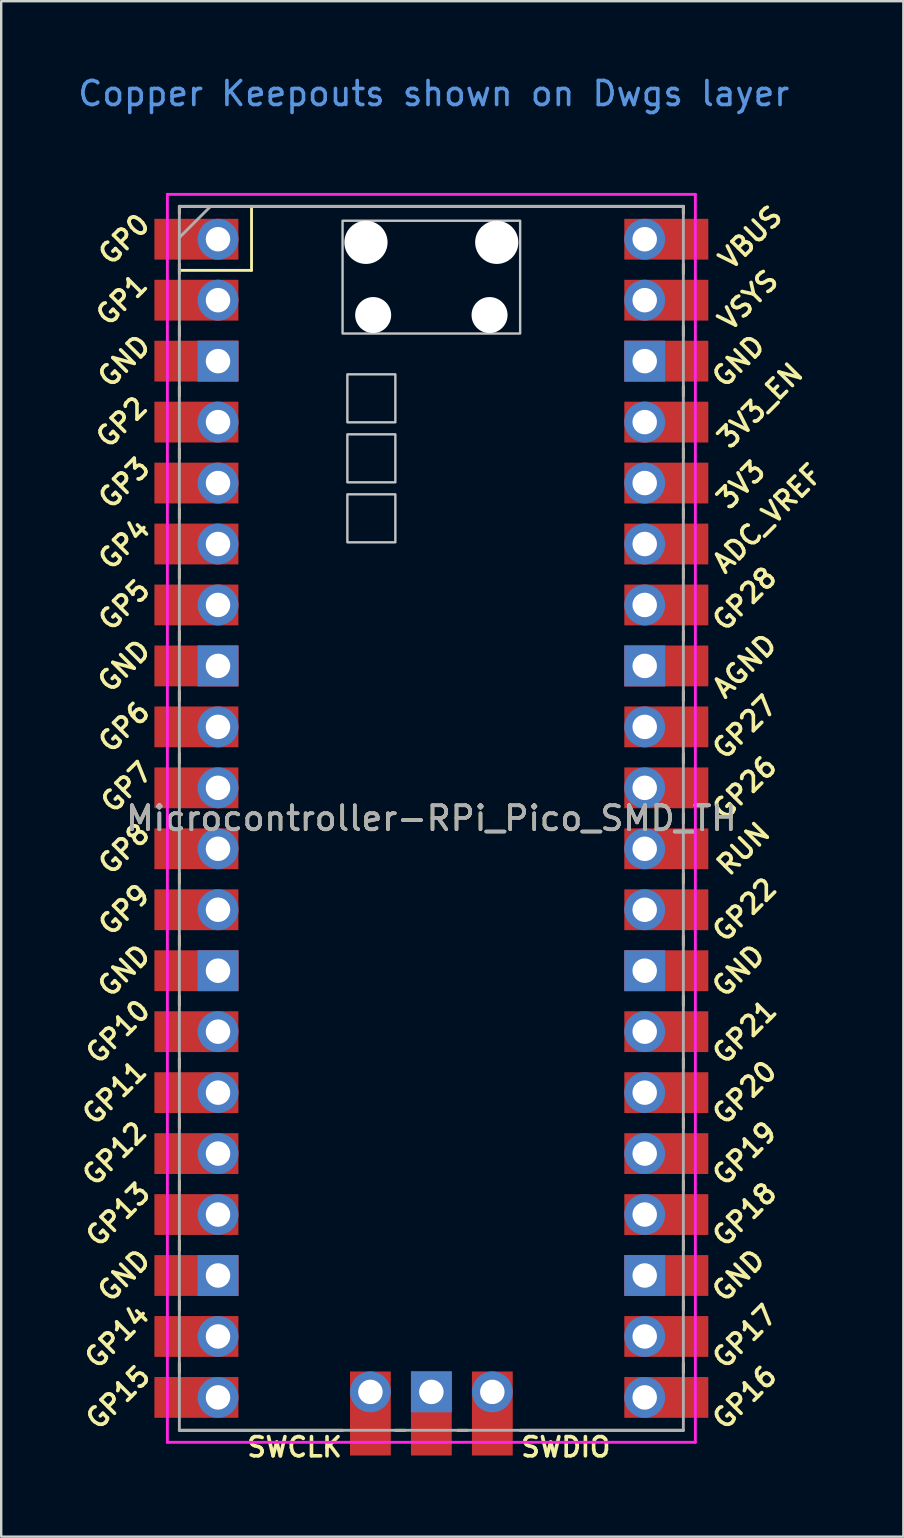
<source format=kicad_pcb>
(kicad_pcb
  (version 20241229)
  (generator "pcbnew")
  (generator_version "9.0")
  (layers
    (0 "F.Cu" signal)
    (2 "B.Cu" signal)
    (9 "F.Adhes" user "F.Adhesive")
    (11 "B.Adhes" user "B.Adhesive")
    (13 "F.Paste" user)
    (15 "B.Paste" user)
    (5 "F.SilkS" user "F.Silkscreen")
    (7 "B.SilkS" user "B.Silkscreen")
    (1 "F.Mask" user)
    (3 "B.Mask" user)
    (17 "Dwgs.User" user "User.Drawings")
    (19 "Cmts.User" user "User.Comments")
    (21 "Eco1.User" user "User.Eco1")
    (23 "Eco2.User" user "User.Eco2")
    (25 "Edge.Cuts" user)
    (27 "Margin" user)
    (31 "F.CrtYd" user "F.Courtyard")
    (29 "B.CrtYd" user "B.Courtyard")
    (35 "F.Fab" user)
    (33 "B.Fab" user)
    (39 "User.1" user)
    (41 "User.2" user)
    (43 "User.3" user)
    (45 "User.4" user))
  (footprint "Microcontroller-RPi_Pico_SMD_TH"
    (layer "F.Cu")
    (at 14.924 31.048)
    (property "Reference" "Microcontroller-RPi_Pico_SMD_TH" (at 0 0 0) (layer "F.SilkS") (effects (font (size 1 1) (thickness 0.15))))
    (attr through_hole)
    (fp_line (start -10.5 -25.5) (end -10.5 -25.2) (stroke (width 0.12) (type solid)) (layer "F.SilkS"))
    (fp_line (start -10.5 -25.5) (end 10.5 -25.5) (stroke (width 0.12) (type solid)) (layer "F.SilkS"))
    (fp_line (start -10.5 -23.1) (end -10.5 -22.7) (stroke (width 0.12) (type solid)) (layer "F.SilkS"))
    (fp_line (start -10.5 -22.833) (end -7.493 -22.833) (stroke (width 0.12) (type solid)) (layer "F.SilkS"))
    (fp_line (start -10.5 -20.5) (end -10.5 -20.1) (stroke (width 0.12) (type solid)) (layer "F.SilkS"))
    (fp_line (start -10.5 -18) (end -10.5 -17.6) (stroke (width 0.12) (type solid)) (layer "F.SilkS"))
    (fp_line (start -10.5 -15.4) (end -10.5 -15) (stroke (width 0.12) (type solid)) (layer "F.SilkS"))
    (fp_line (start -10.5 -12.9) (end -10.5 -12.5) (stroke (width 0.12) (type solid)) (layer "F.SilkS"))
    (fp_line (start -10.5 -10.4) (end -10.5 -10) (stroke (width 0.12) (type solid)) (layer "F.SilkS"))
    (fp_line (start -10.5 -7.8) (end -10.5 -7.4) (stroke (width 0.12) (type solid)) (layer "F.SilkS"))
    (fp_line (start -10.5 -5.3) (end -10.5 -4.9) (stroke (width 0.12) (type solid)) (layer "F.SilkS"))
    (fp_line (start -10.5 -2.7) (end -10.5 -2.3) (stroke (width 0.12) (type solid)) (layer "F.SilkS"))
    (fp_line (start -10.5 -0.2) (end -10.5 0.2) (stroke (width 0.12) (type solid)) (layer "F.SilkS"))
    (fp_line (start -10.5 2.3) (end -10.5 2.7) (stroke (width 0.12) (type solid)) (layer "F.SilkS"))
    (fp_line (start -10.5 4.9) (end -10.5 5.3) (stroke (width 0.12) (type solid)) (layer "F.SilkS"))
    (fp_line (start -10.5 7.4) (end -10.5 7.8) (stroke (width 0.12) (type solid)) (layer "F.SilkS"))
    (fp_line (start -10.5 10) (end -10.5 10.4) (stroke (width 0.12) (type solid)) (layer "F.SilkS"))
    (fp_line (start -10.5 12.5) (end -10.5 12.9) (stroke (width 0.12) (type solid)) (layer "F.SilkS"))
    (fp_line (start -10.5 15.1) (end -10.5 15.5) (stroke (width 0.12) (type solid)) (layer "F.SilkS"))
    (fp_line (start -10.5 17.6) (end -10.5 18) (stroke (width 0.12) (type solid)) (layer "F.SilkS"))
    (fp_line (start -10.5 20.1) (end -10.5 20.5) (stroke (width 0.12) (type solid)) (layer "F.SilkS"))
    (fp_line (start -10.5 22.7) (end -10.5 23.1) (stroke (width 0.12) (type solid)) (layer "F.SilkS"))
    (fp_line (start -7.493 -22.833) (end -7.493 -25.5) (stroke (width 0.12) (type solid)) (layer "F.SilkS"))
    (fp_line (start -3.7 25.5) (end -10.5 25.5) (stroke (width 0.12) (type solid)) (layer "F.SilkS"))
    (fp_line (start -1.5 25.5) (end -1.1 25.5) (stroke (width 0.12) (type solid)) (layer "F.SilkS"))
    (fp_line (start 1.1 25.5) (end 1.5 25.5) (stroke (width 0.12) (type solid)) (layer "F.SilkS"))
    (fp_line (start 10.5 -25.5) (end 10.5 -25.2) (stroke (width 0.12) (type solid)) (layer "F.SilkS"))
    (fp_line (start 10.5 -23.1) (end 10.5 -22.7) (stroke (width 0.12) (type solid)) (layer "F.SilkS"))
    (fp_line (start 10.5 -20.5) (end 10.5 -20.1) (stroke (width 0.12) (type solid)) (layer "F.SilkS"))
    (fp_line (start 10.5 -18) (end 10.5 -17.6) (stroke (width 0.12) (type solid)) (layer "F.SilkS"))
    (fp_line (start 10.5 -15.4) (end 10.5 -15) (stroke (width 0.12) (type solid)) (layer "F.SilkS"))
    (fp_line (start 10.5 -12.9) (end 10.5 -12.5) (stroke (width 0.12) (type solid)) (layer "F.SilkS"))
    (fp_line (start 10.5 -10.4) (end 10.5 -10) (stroke (width 0.12) (type solid)) (layer "F.SilkS"))
    (fp_line (start 10.5 -7.8) (end 10.5 -7.4) (stroke (width 0.12) (type solid)) (layer "F.SilkS"))
    (fp_line (start 10.5 -5.3) (end 10.5 -4.9) (stroke (width 0.12) (type solid)) (layer "F.SilkS"))
    (fp_line (start 10.5 -2.7) (end 10.5 -2.3) (stroke (width 0.12) (type solid)) (layer "F.SilkS"))
    (fp_line (start 10.5 -0.2) (end 10.5 0.2) (stroke (width 0.12) (type solid)) (layer "F.SilkS"))
    (fp_line (start 10.5 2.3) (end 10.5 2.7) (stroke (width 0.12) (type solid)) (layer "F.SilkS"))
    (fp_line (start 10.5 4.9) (end 10.5 5.3) (stroke (width 0.12) (type solid)) (layer "F.SilkS"))
    (fp_line (start 10.5 7.4) (end 10.5 7.8) (stroke (width 0.12) (type solid)) (layer "F.SilkS"))
    (fp_line (start 10.5 10) (end 10.5 10.4) (stroke (width 0.12) (type solid)) (layer "F.SilkS"))
    (fp_line (start 10.5 12.5) (end 10.5 12.9) (stroke (width 0.12) (type solid)) (layer "F.SilkS"))
    (fp_line (start 10.5 15.1) (end 10.5 15.5) (stroke (width 0.12) (type solid)) (layer "F.SilkS"))
    (fp_line (start 10.5 17.6) (end 10.5 18) (stroke (width 0.12) (type solid)) (layer "F.SilkS"))
    (fp_line (start 10.5 20.1) (end 10.5 20.5) (stroke (width 0.12) (type solid)) (layer "F.SilkS"))
    (fp_line (start 10.5 22.7) (end 10.5 23.1) (stroke (width 0.12) (type solid)) (layer "F.SilkS"))
    (fp_line (start 10.5 25.5) (end 3.7 25.5) (stroke (width 0.12) (type solid)) (layer "F.SilkS"))
    (fp_poly (pts (xy -1.5 -16.5) (xy -3.5 -16.5) (xy -3.5 -18.5) (xy -1.5 -18.5)) (stroke (width 0.1) (type solid)) (fill no) (layer "Dwgs.User"))
    (fp_poly (pts (xy -1.5 -14) (xy -3.5 -14) (xy -3.5 -16) (xy -1.5 -16)) (stroke (width 0.1) (type solid)) (fill no) (layer "Dwgs.User"))
    (fp_poly (pts (xy -1.5 -11.5) (xy -3.5 -11.5) (xy -3.5 -13.5) (xy -1.5 -13.5)) (stroke (width 0.1) (type solid)) (fill no) (layer "Dwgs.User"))
    (fp_poly (pts (xy 3.7 -20.2) (xy -3.7 -20.2) (xy -3.7 -24.9) (xy 3.7 -24.9)) (stroke (width 0.1) (type solid)) (fill no) (layer "Dwgs.User"))
    (fp_line (start -11 -26) (end 11 -26) (stroke (width 0.12) (type solid)) (layer "F.CrtYd"))
    (fp_line (start -11 26) (end -11 -26) (stroke (width 0.12) (type solid)) (layer "F.CrtYd"))
    (fp_line (start 11 -26) (end 11 26) (stroke (width 0.12) (type solid)) (layer "F.CrtYd"))
    (fp_line (start 11 26) (end -11 26) (stroke (width 0.12) (type solid)) (layer "F.CrtYd"))
    (fp_line (start -10.5 -25.5) (end 10.5 -25.5) (stroke (width 0.12) (type solid)) (layer "F.Fab"))
    (fp_line (start -10.5 -24.2) (end -9.2 -25.5) (stroke (width 0.12) (type solid)) (layer "F.Fab"))
    (fp_line (start -10.5 25.5) (end -10.5 -25.5) (stroke (width 0.12) (type solid)) (layer "F.Fab"))
    (fp_line (start 10.5 -25.5) (end 10.5 25.5) (stroke (width 0.12) (type solid)) (layer "F.Fab"))
    (fp_line (start 10.5 25.5) (end -10.5 25.5) (stroke (width 0.12) (type solid)) (layer "F.Fab"))
    (fp_text user "AGND" (at 13.054 -6.35 45) (layer "F.SilkS") (effects (font (size 0.8 0.8) (thickness 0.15))))
    (fp_text user "GP7" (at -12.7 -1.3 45) (layer "F.SilkS") (effects (font (size 0.8 0.8) (thickness 0.15))))
    (fp_text user "3V3_EN" (at 13.7 -17.2 45) (layer "F.SilkS") (effects (font (size 0.8 0.8) (thickness 0.15))))
    (fp_text user "GP26" (at 13.054 -1.27 45) (layer "F.SilkS") (effects (font (size 0.8 0.8) (thickness 0.15))))
    (fp_text user "GP21" (at 13.054 8.9 45) (layer "F.SilkS") (effects (font (size 0.8 0.8) (thickness 0.15))))
    (fp_text user "GP15" (at -13.054 24.13 45) (layer "F.SilkS") (effects (font (size 0.8 0.8) (thickness 0.15))))
    (fp_text user "GP9" (at -12.8 3.81 45) (layer "F.SilkS") (effects (font (size 0.8 0.8) (thickness 0.15))))
    (fp_text user "GP22" (at 13.054 3.81 45) (layer "F.SilkS") (effects (font (size 0.8 0.8) (thickness 0.15))))
    (fp_text user "3V3" (at 12.9 -13.9 45) (layer "F.SilkS") (effects (font (size 0.8 0.8) (thickness 0.15))))
    (fp_text user "GP19" (at 13.054 13.97 45) (layer "F.SilkS") (effects (font (size 0.8 0.8) (thickness 0.15))))
    (fp_text user "GP20" (at 13.054 11.43 45) (layer "F.SilkS") (effects (font (size 0.8 0.8) (thickness 0.15))))
    (fp_text user "GP28" (at 13.054 -9.144 45) (layer "F.SilkS") (effects (font (size 0.8 0.8) (thickness 0.15))))
    (fp_text user "GND" (at -12.8 19.05 45) (layer "F.SilkS") (effects (font (size 0.8 0.8) (thickness 0.15))))
    (fp_text user "GND" (at 12.8 19.05 45) (layer "F.SilkS") (effects (font (size 0.8 0.8) (thickness 0.15))))
    (fp_text user "GND" (at -12.8 -19.05 45) (layer "F.SilkS") (effects (font (size 0.8 0.8) (thickness 0.15))))
    (fp_text user "GP8" (at -12.8 1.27 45) (layer "F.SilkS") (effects (font (size 0.8 0.8) (thickness 0.15))))
    (fp_text user "GP4" (at -12.8 -11.43 45) (layer "F.SilkS") (effects (font (size 0.8 0.8) (thickness 0.15))))
    (fp_text user "VSYS" (at 13.2 -21.59 45) (layer "F.SilkS") (effects (font (size 0.8 0.8) (thickness 0.15))))
    (fp_text user "GND" (at 12.8 -19.05 45) (layer "F.SilkS") (effects (font (size 0.8 0.8) (thickness 0.15))))
    (fp_text user "GND" (at -12.8 -6.35 45) (layer "F.SilkS") (effects (font (size 0.8 0.8) (thickness 0.15))))
    (fp_text user "GP13" (at -13.054 16.51 45) (layer "F.SilkS") (effects (font (size 0.8 0.8) (thickness 0.15))))
    (fp_text user "GP0" (at -12.8 -24.13 45) (layer "F.SilkS") (effects (font (size 0.8 0.8) (thickness 0.15))))
    (fp_text user "GP11" (at -13.2 11.43 45) (layer "F.SilkS") (effects (font (size 0.8 0.8) (thickness 0.15))))
    (fp_text user "SWDIO" (at 5.6 26.2 0) (layer "F.SilkS") (effects (font (size 0.8 0.8) (thickness 0.15))))
    (fp_text user "GP10" (at -13.054 8.89 45) (layer "F.SilkS") (effects (font (size 0.8 0.8) (thickness 0.15))))
    (fp_text user "VBUS" (at 13.3 -24.2 45) (layer "F.SilkS") (effects (font (size 0.8 0.8) (thickness 0.15))))
    (fp_text user "GP12" (at -13.2 13.97 45) (layer "F.SilkS") (effects (font (size 0.8 0.8) (thickness 0.15))))
    (fp_text user "GP16" (at 13.054 24.13 45) (layer "F.SilkS") (effects (font (size 0.8 0.8) (thickness 0.15))))
    (fp_text user "GP14" (at -13.1 21.59 45) (layer "F.SilkS") (effects (font (size 0.8 0.8) (thickness 0.15))))
    (fp_text user "GND" (at -12.8 6.35 45) (layer "F.SilkS") (effects (font (size 0.8 0.8) (thickness 0.15))))
    (fp_text user "GP3" (at -12.8 -13.97 45) (layer "F.SilkS") (effects (font (size 0.8 0.8) (thickness 0.15))))
    (fp_text user "GP18" (at 13.054 16.51 45) (layer "F.SilkS") (effects (font (size 0.8 0.8) (thickness 0.15))))
    (fp_text user "GP6" (at -12.8 -3.81 45) (layer "F.SilkS") (effects (font (size 0.8 0.8) (thickness 0.15))))
    (fp_text user "GP17" (at 13.054 21.59 45) (layer "F.SilkS") (effects (font (size 0.8 0.8) (thickness 0.15))))
    (fp_text user "GP5" (at -12.8 -8.89 45) (layer "F.SilkS") (effects (font (size 0.8 0.8) (thickness 0.15))))
    (fp_text user "GND" (at 12.8 6.35 45) (layer "F.SilkS") (effects (font (size 0.8 0.8) (thickness 0.15))))
    (fp_text user "GP27" (at 13.054 -3.8 45) (layer "F.SilkS") (effects (font (size 0.8 0.8) (thickness 0.15))))
    (fp_text user "GP1" (at -12.9 -21.6 45) (layer "F.SilkS") (effects (font (size 0.8 0.8) (thickness 0.15))))
    (fp_text user "SWCLK" (at -5.7 26.2 0) (layer "F.SilkS") (effects (font (size 0.8 0.8) (thickness 0.15))))
    (fp_text user "ADC_VREF" (at 14 -12.5 45) (layer "F.SilkS") (effects (font (size 0.8 0.8) (thickness 0.15))))
    (fp_text user "RUN" (at 13 1.27 45) (layer "F.SilkS") (effects (font (size 0.8 0.8) (thickness 0.15))))
    (fp_text user "GP2" (at -12.9 -16.51 45) (layer "F.SilkS") (effects (font (size 0.8 0.8) (thickness 0.15))))
    (fp_text user "Copper Keepouts shown on Dwgs layer" (at 0.1 -30.2 0) (layer "Cmts.User") (effects (font (size 1 1) (thickness 0.15))))
    (fp_text user "${REFERENCE}" (at 0 0 180) (layer "F.Fab") (effects (font (size 1 1) (thickness 0.15))))
    (pad "" np_thru_hole oval (at -2.725 -24) (size 1.8 1.8) (drill 1.8) (layers "*.Cu" "*.Mask"))
    (pad "" np_thru_hole oval (at -2.425 -20.97) (size 1.5 1.5) (drill 1.5) (layers "*.Cu" "*.Mask"))
    (pad "" np_thru_hole oval (at 2.425 -20.97) (size 1.5 1.5) (drill 1.5) (layers "*.Cu" "*.Mask"))
    (pad "" np_thru_hole oval (at 2.725 -24) (size 1.8 1.8) (drill 1.8) (layers "*.Cu" "*.Mask"))
    (pad "1" thru_hole oval (at -8.89 -24.13) (size 1.7 1.7) (drill 1.02) (layers "*.Cu" "*.Mask"))
    (pad "1" smd rect (at -8.89 -24.13) (size 3.5 1.7) (drill (offset -0.9 0)) (layers "F.Cu" "F.Mask"))
    (pad "2" thru_hole oval (at -8.89 -21.59) (size 1.7 1.7) (drill 1.02) (layers "*.Cu" "*.Mask"))
    (pad "2" smd rect (at -8.89 -21.59) (size 3.5 1.7) (drill (offset -0.9 0)) (layers "F.Cu" "F.Mask"))
    (pad "3" thru_hole rect (at -8.89 -19.05) (size 1.7 1.7) (drill 1.02) (layers "*.Cu" "*.Mask"))
    (pad "3" smd rect (at -8.89 -19.05) (size 3.5 1.7) (drill (offset -0.9 0)) (layers "F.Cu" "F.Mask"))
    (pad "4" thru_hole oval (at -8.89 -16.51) (size 1.7 1.7) (drill 1.02) (layers "*.Cu" "*.Mask"))
    (pad "4" smd rect (at -8.89 -16.51) (size 3.5 1.7) (drill (offset -0.9 0)) (layers "F.Cu" "F.Mask"))
    (pad "5" thru_hole oval (at -8.89 -13.97) (size 1.7 1.7) (drill 1.02) (layers "*.Cu" "*.Mask"))
    (pad "5" smd rect (at -8.89 -13.97) (size 3.5 1.7) (drill (offset -0.9 0)) (layers "F.Cu" "F.Mask"))
    (pad "6" thru_hole oval (at -8.89 -11.43) (size 1.7 1.7) (drill 1.02) (layers "*.Cu" "*.Mask"))
    (pad "6" smd rect (at -8.89 -11.43) (size 3.5 1.7) (drill (offset -0.9 0)) (layers "F.Cu" "F.Mask"))
    (pad "7" thru_hole oval (at -8.89 -8.89) (size 1.7 1.7) (drill 1.02) (layers "*.Cu" "*.Mask"))
    (pad "7" smd rect (at -8.89 -8.89) (size 3.5 1.7) (drill (offset -0.9 0)) (layers "F.Cu" "F.Mask"))
    (pad "8" thru_hole rect (at -8.89 -6.35) (size 1.7 1.7) (drill 1.02) (layers "*.Cu" "*.Mask"))
    (pad "8" smd rect (at -8.89 -6.35) (size 3.5 1.7) (drill (offset -0.9 0)) (layers "F.Cu" "F.Mask"))
    (pad "9" thru_hole oval (at -8.89 -3.81) (size 1.7 1.7) (drill 1.02) (layers "*.Cu" "*.Mask"))
    (pad "9" smd rect (at -8.89 -3.81) (size 3.5 1.7) (drill (offset -0.9 0)) (layers "F.Cu" "F.Mask"))
    (pad "10" thru_hole oval (at -8.89 -1.27) (size 1.7 1.7) (drill 1.02) (layers "*.Cu" "*.Mask"))
    (pad "10" smd rect (at -8.89 -1.27) (size 3.5 1.7) (drill (offset -0.9 0)) (layers "F.Cu" "F.Mask"))
    (pad "11" thru_hole oval (at -8.89 1.27) (size 1.7 1.7) (drill 1.02) (layers "*.Cu" "*.Mask"))
    (pad "11" smd rect (at -8.89 1.27) (size 3.5 1.7) (drill (offset -0.9 0)) (layers "F.Cu" "F.Mask"))
    (pad "12" thru_hole oval (at -8.89 3.81) (size 1.7 1.7) (drill 1.02) (layers "*.Cu" "*.Mask"))
    (pad "12" smd rect (at -8.89 3.81) (size 3.5 1.7) (drill (offset -0.9 0)) (layers "F.Cu" "F.Mask"))
    (pad "13" thru_hole rect (at -8.89 6.35) (size 1.7 1.7) (drill 1.02) (layers "*.Cu" "*.Mask"))
    (pad "13" smd rect (at -8.89 6.35) (size 3.5 1.7) (drill (offset -0.9 0)) (layers "F.Cu" "F.Mask"))
    (pad "14" thru_hole oval (at -8.89 8.89) (size 1.7 1.7) (drill 1.02) (layers "*.Cu" "*.Mask"))
    (pad "14" smd rect (at -8.89 8.89) (size 3.5 1.7) (drill (offset -0.9 0)) (layers "F.Cu" "F.Mask"))
    (pad "15" thru_hole oval (at -8.89 11.43) (size 1.7 1.7) (drill 1.02) (layers "*.Cu" "*.Mask"))
    (pad "15" smd rect (at -8.89 11.43) (size 3.5 1.7) (drill (offset -0.9 0)) (layers "F.Cu" "F.Mask"))
    (pad "16" thru_hole oval (at -8.89 13.97) (size 1.7 1.7) (drill 1.02) (layers "*.Cu" "*.Mask"))
    (pad "16" smd rect (at -8.89 13.97) (size 3.5 1.7) (drill (offset -0.9 0)) (layers "F.Cu" "F.Mask"))
    (pad "17" thru_hole oval (at -8.89 16.51) (size 1.7 1.7) (drill 1.02) (layers "*.Cu" "*.Mask"))
    (pad "17" smd rect (at -8.89 16.51) (size 3.5 1.7) (drill (offset -0.9 0)) (layers "F.Cu" "F.Mask"))
    (pad "18" thru_hole rect (at -8.89 19.05) (size 1.7 1.7) (drill 1.02) (layers "*.Cu" "*.Mask"))
    (pad "18" smd rect (at -8.89 19.05) (size 3.5 1.7) (drill (offset -0.9 0)) (layers "F.Cu" "F.Mask"))
    (pad "19" thru_hole oval (at -8.89 21.59) (size 1.7 1.7) (drill 1.02) (layers "*.Cu" "*.Mask"))
    (pad "19" smd rect (at -8.89 21.59) (size 3.5 1.7) (drill (offset -0.9 0)) (layers "F.Cu" "F.Mask"))
    (pad "20" thru_hole oval (at -8.89 24.13) (size 1.7 1.7) (drill 1.02) (layers "*.Cu" "*.Mask"))
    (pad "20" smd rect (at -8.89 24.13) (size 3.5 1.7) (drill (offset -0.9 0)) (layers "F.Cu" "F.Mask"))
    (pad "21" thru_hole oval (at 8.89 24.13) (size 1.7 1.7) (drill 1.02) (layers "*.Cu" "*.Mask"))
    (pad "21" smd rect (at 8.89 24.13) (size 3.5 1.7) (drill (offset 0.9 0)) (layers "F.Cu" "F.Mask"))
    (pad "22" thru_hole oval (at 8.89 21.59) (size 1.7 1.7) (drill 1.02) (layers "*.Cu" "*.Mask"))
    (pad "22" smd rect (at 8.89 21.59) (size 3.5 1.7) (drill (offset 0.9 0)) (layers "F.Cu" "F.Mask"))
    (pad "23" thru_hole rect (at 8.89 19.05) (size 1.7 1.7) (drill 1.02) (layers "*.Cu" "*.Mask"))
    (pad "23" smd rect (at 8.89 19.05) (size 3.5 1.7) (drill (offset 0.9 0)) (layers "F.Cu" "F.Mask"))
    (pad "24" thru_hole oval (at 8.89 16.51) (size 1.7 1.7) (drill 1.02) (layers "*.Cu" "*.Mask"))
    (pad "24" smd rect (at 8.89 16.51) (size 3.5 1.7) (drill (offset 0.9 0)) (layers "F.Cu" "F.Mask"))
    (pad "25" thru_hole oval (at 8.89 13.97) (size 1.7 1.7) (drill 1.02) (layers "*.Cu" "*.Mask"))
    (pad "25" smd rect (at 8.89 13.97) (size 3.5 1.7) (drill (offset 0.9 0)) (layers "F.Cu" "F.Mask"))
    (pad "26" thru_hole oval (at 8.89 11.43) (size 1.7 1.7) (drill 1.02) (layers "*.Cu" "*.Mask"))
    (pad "26" smd rect (at 8.89 11.43) (size 3.5 1.7) (drill (offset 0.9 0)) (layers "F.Cu" "F.Mask"))
    (pad "27" thru_hole oval (at 8.89 8.89) (size 1.7 1.7) (drill 1.02) (layers "*.Cu" "*.Mask"))
    (pad "27" smd rect (at 8.89 8.89) (size 3.5 1.7) (drill (offset 0.9 0)) (layers "F.Cu" "F.Mask"))
    (pad "28" thru_hole rect (at 8.89 6.35) (size 1.7 1.7) (drill 1.02) (layers "*.Cu" "*.Mask"))
    (pad "28" smd rect (at 8.89 6.35) (size 3.5 1.7) (drill (offset 0.9 0)) (layers "F.Cu" "F.Mask"))
    (pad "29" thru_hole oval (at 8.89 3.81) (size 1.7 1.7) (drill 1.02) (layers "*.Cu" "*.Mask"))
    (pad "29" smd rect (at 8.89 3.81) (size 3.5 1.7) (drill (offset 0.9 0)) (layers "F.Cu" "F.Mask"))
    (pad "30" thru_hole oval (at 8.89 1.27) (size 1.7 1.7) (drill 1.02) (layers "*.Cu" "*.Mask"))
    (pad "30" smd rect (at 8.89 1.27) (size 3.5 1.7) (drill (offset 0.9 0)) (layers "F.Cu" "F.Mask"))
    (pad "31" thru_hole oval (at 8.89 -1.27) (size 1.7 1.7) (drill 1.02) (layers "*.Cu" "*.Mask"))
    (pad "31" smd rect (at 8.89 -1.27) (size 3.5 1.7) (drill (offset 0.9 0)) (layers "F.Cu" "F.Mask"))
    (pad "32" thru_hole oval (at 8.89 -3.81) (size 1.7 1.7) (drill 1.02) (layers "*.Cu" "*.Mask"))
    (pad "32" smd rect (at 8.89 -3.81) (size 3.5 1.7) (drill (offset 0.9 0)) (layers "F.Cu" "F.Mask"))
    (pad "33" thru_hole rect (at 8.89 -6.35) (size 1.7 1.7) (drill 1.02) (layers "*.Cu" "*.Mask"))
    (pad "33" smd rect (at 8.89 -6.35) (size 3.5 1.7) (drill (offset 0.9 0)) (layers "F.Cu" "F.Mask"))
    (pad "34" thru_hole oval (at 8.89 -8.89) (size 1.7 1.7) (drill 1.02) (layers "*.Cu" "*.Mask"))
    (pad "34" smd rect (at 8.89 -8.89) (size 3.5 1.7) (drill (offset 0.9 0)) (layers "F.Cu" "F.Mask"))
    (pad "35" thru_hole oval (at 8.89 -11.43) (size 1.7 1.7) (drill 1.02) (layers "*.Cu" "*.Mask"))
    (pad "35" smd rect (at 8.89 -11.43) (size 3.5 1.7) (drill (offset 0.9 0)) (layers "F.Cu" "F.Mask"))
    (pad "36" thru_hole oval (at 8.89 -13.97) (size 1.7 1.7) (drill 1.02) (layers "*.Cu" "*.Mask"))
    (pad "36" smd rect (at 8.89 -13.97) (size 3.5 1.7) (drill (offset 0.9 0)) (layers "F.Cu" "F.Mask"))
    (pad "37" thru_hole oval (at 8.89 -16.51) (size 1.7 1.7) (drill 1.02) (layers "*.Cu" "*.Mask"))
    (pad "37" smd rect (at 8.89 -16.51) (size 3.5 1.7) (drill (offset 0.9 0)) (layers "F.Cu" "F.Mask"))
    (pad "38" thru_hole rect (at 8.89 -19.05) (size 1.7 1.7) (drill 1.02) (layers "*.Cu" "*.Mask"))
    (pad "38" smd rect (at 8.89 -19.05) (size 3.5 1.7) (drill (offset 0.9 0)) (layers "F.Cu" "F.Mask"))
    (pad "39" thru_hole oval (at 8.89 -21.59) (size 1.7 1.7) (drill 1.02) (layers "*.Cu" "*.Mask"))
    (pad "39" smd rect (at 8.89 -21.59) (size 3.5 1.7) (drill (offset 0.9 0)) (layers "F.Cu" "F.Mask"))
    (pad "40" thru_hole oval (at 8.89 -24.13) (size 1.7 1.7) (drill 1.02) (layers "*.Cu" "*.Mask"))
    (pad "40" smd rect (at 8.89 -24.13) (size 3.5 1.7) (drill (offset 0.9 0)) (layers "F.Cu" "F.Mask"))
    (pad "41" thru_hole oval (at -2.54 23.9) (size 1.7 1.7) (drill 1.02) (layers "*.Cu" "*.Mask"))
    (pad "41" smd rect (at -2.54 23.9 90) (size 3.5 1.7) (drill (offset -0.9 0)) (layers "F.Cu" "F.Mask"))
    (pad "42" thru_hole rect (at 0 23.9) (size 1.7 1.7) (drill 1.02) (layers "*.Cu" "*.Mask"))
    (pad "42" smd rect (at 0 23.9 90) (size 3.5 1.7) (drill (offset -0.9 0)) (layers "F.Cu" "F.Mask"))
    (pad "43" thru_hole oval (at 2.54 23.9) (size 1.7 1.7) (drill 1.02) (layers "*.Cu" "*.Mask"))
    (pad "43" smd rect (at 2.54 23.9 90) (size 3.5 1.7) (drill (offset -0.9 0)) (layers "F.Cu" "F.Mask")))
  (gr_rect
    (start -3 -3)
    (end 34.591 60.98)
    (stroke (width 0.1) (type default))
    (fill no)
    (layer "Edge.Cuts")))
</source>
